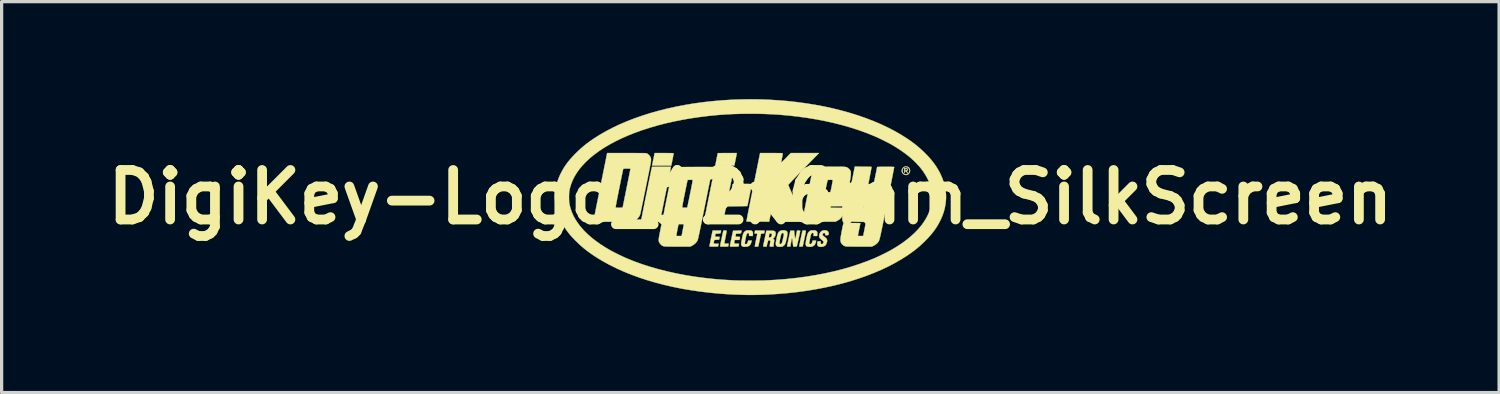
<source format=kicad_pcb>
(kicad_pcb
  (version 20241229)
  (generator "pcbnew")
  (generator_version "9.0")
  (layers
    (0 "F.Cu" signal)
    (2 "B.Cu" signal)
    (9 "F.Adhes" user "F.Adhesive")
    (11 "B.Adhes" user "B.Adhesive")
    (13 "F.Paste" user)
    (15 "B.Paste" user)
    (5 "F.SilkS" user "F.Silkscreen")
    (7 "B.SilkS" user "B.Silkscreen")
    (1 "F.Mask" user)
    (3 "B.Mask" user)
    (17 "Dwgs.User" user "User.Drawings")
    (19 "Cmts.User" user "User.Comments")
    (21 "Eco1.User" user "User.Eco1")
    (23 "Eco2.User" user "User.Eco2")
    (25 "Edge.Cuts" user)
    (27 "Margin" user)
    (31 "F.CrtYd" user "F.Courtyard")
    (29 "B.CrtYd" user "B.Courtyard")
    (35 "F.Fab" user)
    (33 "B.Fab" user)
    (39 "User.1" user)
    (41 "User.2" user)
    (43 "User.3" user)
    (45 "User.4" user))
  (footprint "DigiKey-Logo_12x6mm_SilkScreen"
    (layer "F.Cu")
    (at 20.037 3.014)
    (property "Reference" "DigiKey-Logo_12x6mm_SilkScreen" (at 0 0 0) (layer "F.SilkS") (effects (font (size 1.524 1.524) (thickness 0.3))))
    (attr through_hole)
    (fp_poly (pts (xy -2.587 -1.355) (xy -2.526 -1.354) (xy -2.474 -1.354) (xy -2.431 -1.353) (xy -2.398 -1.352) (xy -2.375 -1.351) (xy -2.363 -1.349) (xy -2.362 -1.349) (xy -2.362 -1.342) (xy -2.365 -1.324) (xy -2.369 -1.298) (xy -2.375 -1.264) (xy -2.383 -1.224) (xy -2.391 -1.18) (xy -2.396 -1.155) (xy -2.434 -0.968) (xy -3.025 -0.968) (xy -3.022 -0.981) (xy -3.02 -0.991) (xy -3.016 -1.01) (xy -3.01 -1.038) (xy -3.003 -1.073) (xy -2.995 -1.113) (xy -2.986 -1.157) (xy -2.985 -1.161) (xy -2.976 -1.205) (xy -2.968 -1.246) (xy -2.961 -1.281) (xy -2.955 -1.31) (xy -2.95 -1.33) (xy -2.948 -1.341) (xy -2.948 -1.341) (xy -2.945 -1.355) (xy -2.655 -1.355) (xy -2.587 -1.355)) (stroke (width 0.01) (type solid)) (fill yes) (layer "F.SilkS"))
    (fp_poly (pts (xy 1.65 1.028) (xy 1.674 1.029) (xy 1.692 1.03) (xy 1.703 1.033) (xy 1.704 1.033) (xy 1.707 1.038) (xy 1.708 1.048) (xy 1.706 1.065) (xy 1.701 1.091) (xy 1.699 1.101) (xy 1.694 1.125) (xy 1.688 1.156) (xy 1.68 1.193) (xy 1.671 1.234) (xy 1.662 1.278) (xy 1.653 1.322) (xy 1.643 1.366) (xy 1.635 1.407) (xy 1.627 1.444) (xy 1.62 1.474) (xy 1.615 1.497) (xy 1.612 1.511) (xy 1.611 1.513) (xy 1.608 1.519) (xy 1.6 1.522) (xy 1.585 1.524) (xy 1.562 1.524) (xy 1.558 1.524) (xy 1.534 1.524) (xy 1.516 1.523) (xy 1.506 1.521) (xy 1.505 1.521) (xy 1.505 1.514) (xy 1.507 1.496) (xy 1.512 1.469) (xy 1.519 1.432) (xy 1.528 1.388) (xy 1.538 1.337) (xy 1.55 1.28) (xy 1.563 1.218) (xy 1.577 1.153) (xy 1.592 1.085) (xy 1.594 1.075) (xy 1.604 1.028) (xy 1.65 1.028)) (stroke (width 0.01) (type solid)) (fill yes) (layer "F.SilkS"))
    (fp_poly (pts (xy -0.419 -1.341) (xy -0.421 -1.332) (xy -0.425 -1.312) (xy -0.43 -1.284) (xy -0.437 -1.249) (xy -0.445 -1.208) (xy -0.454 -1.163) (xy -0.457 -1.148) (xy -0.493 -0.968) (xy -0.563 -0.968) (xy -0.587 -0.968) (xy -0.62 -0.967) (xy -0.662 -0.967) (xy -0.709 -0.967) (xy -0.76 -0.966) (xy -0.811 -0.965) (xy -0.832 -0.965) (xy -0.881 -0.965) (xy -0.927 -0.964) (xy -0.968 -0.964) (xy -1.004 -0.964) (xy -1.031 -0.965) (xy -1.049 -0.965) (xy -1.054 -0.966) (xy -1.07 -0.969) (xy -1.076 -0.976) (xy -1.076 -0.979) (xy -1.075 -0.987) (xy -1.072 -1.006) (xy -1.067 -1.033) (xy -1.06 -1.068) (xy -1.052 -1.108) (xy -1.044 -1.153) (xy -1.04 -1.17) (xy -1.031 -1.215) (xy -1.023 -1.256) (xy -1.016 -1.292) (xy -1.01 -1.321) (xy -1.006 -1.341) (xy -1.004 -1.352) (xy -1.004 -1.353) (xy -0.998 -1.353) (xy -0.981 -1.354) (xy -0.955 -1.354) (xy -0.92 -1.354) (xy -0.877 -1.354) (xy -0.828 -1.355) (xy -0.774 -1.355) (xy -0.716 -1.355) (xy -0.416 -1.355) (xy -0.419 -1.341)) (stroke (width 0.01) (type solid)) (fill yes) (layer "F.SilkS"))
    (fp_poly (pts (xy 4.776 -0.888) (xy 4.808 -0.883) (xy 4.831 -0.874) (xy 4.843 -0.86) (xy 4.845 -0.843) (xy 4.835 -0.824) (xy 4.828 -0.815) (xy 4.812 -0.799) (xy 4.828 -0.769) (xy 4.837 -0.752) (xy 4.843 -0.74) (xy 4.844 -0.735) (xy 4.841 -0.731) (xy 4.833 -0.735) (xy 4.823 -0.745) (xy 4.823 -0.745) (xy 4.813 -0.76) (xy 4.802 -0.777) (xy 4.8 -0.78) (xy 4.786 -0.797) (xy 4.774 -0.802) (xy 4.765 -0.795) (xy 4.759 -0.777) (xy 4.758 -0.772) (xy 4.754 -0.75) (xy 4.75 -0.739) (xy 4.745 -0.738) (xy 4.744 -0.739) (xy 4.743 -0.746) (xy 4.741 -0.762) (xy 4.739 -0.786) (xy 4.737 -0.814) (xy 4.737 -0.816) (xy 4.736 -0.832) (xy 4.76 -0.832) (xy 4.765 -0.821) (xy 4.775 -0.818) (xy 4.785 -0.819) (xy 4.802 -0.825) (xy 4.815 -0.833) (xy 4.825 -0.845) (xy 4.823 -0.857) (xy 4.809 -0.867) (xy 4.807 -0.868) (xy 4.786 -0.876) (xy 4.771 -0.874) (xy 4.762 -0.862) (xy 4.761 -0.854) (xy 4.76 -0.832) (xy 4.736 -0.832) (xy 4.733 -0.89) (xy 4.776 -0.888)) (stroke (width 0.01) (type solid)) (fill yes) (layer "F.SilkS"))
    (fp_poly (pts (xy -0.181 -0.405) (xy -0.123 -0.405) (xy -0.075 -0.405) (xy -0.037 -0.404) (xy -0.007 -0.403) (xy 0.015 -0.402) (xy 0.03 -0.401) (xy 0.039 -0.4) (xy 0.042 -0.398) (xy 0.042 -0.397) (xy 0.041 -0.39) (xy 0.038 -0.373) (xy 0.033 -0.346) (xy 0.026 -0.311) (xy 0.018 -0.27) (xy 0.009 -0.223) (xy -0.001 -0.173) (xy -0.012 -0.12) (xy -0.023 -0.065) (xy -0.034 -0.01) (xy -0.044 0.043) (xy -0.055 0.094) (xy -0.064 0.141) (xy -0.073 0.183) (xy -0.08 0.219) (xy -0.086 0.247) (xy -0.09 0.266) (xy -0.092 0.275) (xy -0.092 0.276) (xy -0.099 0.276) (xy -0.116 0.277) (xy -0.143 0.277) (xy -0.178 0.278) (xy -0.221 0.279) (xy -0.27 0.28) (xy -0.324 0.281) (xy -0.382 0.282) (xy -0.388 0.282) (xy -0.682 0.286) (xy -0.613 -0.055) (xy -0.601 -0.117) (xy -0.589 -0.176) (xy -0.578 -0.231) (xy -0.568 -0.279) (xy -0.56 -0.321) (xy -0.553 -0.355) (xy -0.548 -0.381) (xy -0.545 -0.396) (xy -0.544 -0.4) (xy -0.538 -0.401) (xy -0.522 -0.402) (xy -0.495 -0.403) (xy -0.46 -0.404) (xy -0.417 -0.404) (xy -0.368 -0.405) (xy -0.314 -0.405) (xy -0.256 -0.405) (xy -0.251 -0.405) (xy -0.181 -0.405)) (stroke (width 0.01) (type solid)) (fill yes) (layer "F.SilkS"))
    (fp_poly (pts (xy 4.827 -0.938) (xy 4.859 -0.922) (xy 4.886 -0.897) (xy 4.904 -0.864) (xy 4.915 -0.824) (xy 4.915 -0.823) (xy 4.915 -0.799) (xy 4.91 -0.776) (xy 4.905 -0.763) (xy 4.892 -0.741) (xy 4.876 -0.72) (xy 4.857 -0.701) (xy 4.839 -0.688) (xy 4.825 -0.683) (xy 4.809 -0.682) (xy 4.79 -0.68) (xy 4.79 -0.68) (xy 4.768 -0.681) (xy 4.742 -0.689) (xy 4.738 -0.691) (xy 4.704 -0.713) (xy 4.678 -0.741) (xy 4.663 -0.774) (xy 4.657 -0.808) (xy 4.658 -0.812) (xy 4.681 -0.812) (xy 4.686 -0.773) (xy 4.7 -0.742) (xy 4.724 -0.718) (xy 4.751 -0.704) (xy 4.775 -0.698) (xy 4.795 -0.697) (xy 4.818 -0.703) (xy 4.822 -0.704) (xy 4.846 -0.716) (xy 4.864 -0.732) (xy 4.88 -0.756) (xy 4.884 -0.765) (xy 4.895 -0.795) (xy 4.897 -0.821) (xy 4.891 -0.848) (xy 4.887 -0.856) (xy 4.867 -0.887) (xy 4.842 -0.909) (xy 4.814 -0.921) (xy 4.785 -0.925) (xy 4.756 -0.921) (xy 4.73 -0.909) (xy 4.707 -0.889) (xy 4.691 -0.862) (xy 4.682 -0.828) (xy 4.681 -0.812) (xy 4.658 -0.812) (xy 4.662 -0.843) (xy 4.678 -0.878) (xy 4.694 -0.898) (xy 4.721 -0.923) (xy 4.749 -0.938) (xy 4.781 -0.943) (xy 4.789 -0.943) (xy 4.827 -0.938)) (stroke (width 0.01) (type solid)) (fill yes) (layer "F.SilkS"))
    (fp_poly (pts (xy 0.438 1.031) (xy 0.437 1.052) (xy 0.434 1.073) (xy 0.429 1.095) (xy 0.429 1.096) (xy 0.423 1.118) (xy 0.375 1.122) (xy 0.352 1.125) (xy 0.336 1.127) (xy 0.327 1.13) (xy 0.327 1.13) (xy 0.325 1.137) (xy 0.322 1.153) (xy 0.317 1.178) (xy 0.31 1.21) (xy 0.302 1.246) (xy 0.294 1.286) (xy 0.285 1.327) (xy 0.276 1.368) (xy 0.268 1.407) (xy 0.26 1.442) (xy 0.253 1.472) (xy 0.248 1.495) (xy 0.245 1.509) (xy 0.245 1.51) (xy 0.243 1.517) (xy 0.237 1.521) (xy 0.227 1.523) (xy 0.209 1.524) (xy 0.191 1.524) (xy 0.167 1.523) (xy 0.149 1.522) (xy 0.138 1.52) (xy 0.137 1.519) (xy 0.137 1.512) (xy 0.14 1.495) (xy 0.145 1.469) (xy 0.151 1.435) (xy 0.159 1.396) (xy 0.168 1.352) (xy 0.173 1.331) (xy 0.182 1.285) (xy 0.191 1.242) (xy 0.199 1.205) (xy 0.205 1.174) (xy 0.209 1.151) (xy 0.211 1.138) (xy 0.212 1.136) (xy 0.209 1.128) (xy 0.197 1.125) (xy 0.192 1.125) (xy 0.172 1.124) (xy 0.15 1.121) (xy 0.149 1.121) (xy 0.134 1.118) (xy 0.128 1.113) (xy 0.129 1.102) (xy 0.13 1.095) (xy 0.134 1.074) (xy 0.14 1.051) (xy 0.14 1.051) (xy 0.146 1.028) (xy 0.438 1.031)) (stroke (width 0.01) (type solid)) (fill yes) (layer "F.SilkS"))
    (fp_poly (pts (xy -0.766 1.028) (xy -0.747 1.03) (xy -0.735 1.032) (xy -0.733 1.033) (xy -0.731 1.037) (xy -0.731 1.047) (xy -0.733 1.063) (xy -0.737 1.087) (xy -0.743 1.12) (xy -0.751 1.163) (xy -0.758 1.198) (xy -0.767 1.243) (xy -0.776 1.285) (xy -0.783 1.323) (xy -0.789 1.355) (xy -0.793 1.379) (xy -0.795 1.392) (xy -0.8 1.426) (xy -0.777 1.431) (xy -0.76 1.432) (xy -0.736 1.432) (xy -0.71 1.431) (xy -0.71 1.431) (xy -0.687 1.429) (xy -0.673 1.429) (xy -0.667 1.431) (xy -0.667 1.435) (xy -0.667 1.438) (xy -0.67 1.45) (xy -0.673 1.468) (xy -0.675 1.482) (xy -0.678 1.501) (xy -0.683 1.515) (xy -0.686 1.519) (xy -0.694 1.521) (xy -0.712 1.522) (xy -0.738 1.523) (xy -0.77 1.524) (xy -0.806 1.524) (xy -0.809 1.524) (xy -0.851 1.524) (xy -0.882 1.523) (xy -0.903 1.522) (xy -0.918 1.521) (xy -0.926 1.519) (xy -0.929 1.516) (xy -0.929 1.515) (xy -0.929 1.507) (xy -0.927 1.488) (xy -0.923 1.463) (xy -0.918 1.434) (xy -0.916 1.426) (xy -0.905 1.37) (xy -0.893 1.315) (xy -0.882 1.26) (xy -0.871 1.209) (xy -0.861 1.162) (xy -0.852 1.12) (xy -0.844 1.086) (xy -0.838 1.059) (xy -0.834 1.041) (xy -0.832 1.035) (xy -0.824 1.032) (xy -0.808 1.029) (xy -0.787 1.028) (xy -0.766 1.028)) (stroke (width 0.01) (type solid)) (fill yes) (layer "F.SilkS"))
    (fp_poly (pts (xy -2.562 -0.936) (xy -2.522 -0.936) (xy -2.489 -0.936) (xy -2.464 -0.935) (xy -2.448 -0.934) (xy -2.443 -0.933) (xy -2.444 -0.927) (xy -2.448 -0.909) (xy -2.453 -0.881) (xy -2.461 -0.843) (xy -2.47 -0.796) (xy -2.481 -0.74) (xy -2.494 -0.677) (xy -2.508 -0.606) (xy -2.524 -0.529) (xy -2.54 -0.446) (xy -2.558 -0.358) (xy -2.577 -0.266) (xy -2.596 -0.169) (xy -2.614 -0.083) (xy -2.784 0.762) (xy -2.999 0.761) (xy -3.053 0.76) (xy -3.106 0.76) (xy -3.157 0.759) (xy -3.203 0.759) (xy -3.243 0.758) (xy -3.274 0.758) (xy -3.289 0.757) (xy -3.324 0.756) (xy -3.348 0.754) (xy -3.362 0.751) (xy -3.366 0.748) (xy -3.365 0.741) (xy -3.362 0.724) (xy -3.356 0.696) (xy -3.349 0.658) (xy -3.34 0.612) (xy -3.33 0.559) (xy -3.318 0.498) (xy -3.305 0.431) (xy -3.29 0.359) (xy -3.275 0.283) (xy -3.259 0.203) (xy -3.243 0.12) (xy -3.226 0.035) (xy -3.208 -0.051) (xy -3.191 -0.138) (xy -3.173 -0.224) (xy -3.156 -0.309) (xy -3.139 -0.391) (xy -3.123 -0.471) (xy -3.108 -0.547) (xy -3.093 -0.619) (xy -3.079 -0.685) (xy -3.067 -0.745) (xy -3.056 -0.798) (xy -3.047 -0.843) (xy -3.039 -0.88) (xy -3.033 -0.907) (xy -3.029 -0.924) (xy -3.027 -0.93) (xy -3.021 -0.931) (xy -3.003 -0.932) (xy -2.977 -0.933) (xy -2.942 -0.934) (xy -2.902 -0.934) (xy -2.857 -0.935) (xy -2.808 -0.936) (xy -2.757 -0.936) (xy -2.706 -0.936) (xy -2.655 -0.936) (xy -2.607 -0.936) (xy -2.562 -0.936)) (stroke (width 0.01) (type solid)) (fill yes) (layer "F.SilkS"))
    (fp_poly (pts (xy -0.275 1.053) (xy -0.28 1.082) (xy -0.285 1.1) (xy -0.292 1.112) (xy -0.303 1.118) (xy -0.318 1.121) (xy -0.319 1.121) (xy -0.339 1.123) (xy -0.366 1.124) (xy -0.393 1.125) (xy -0.441 1.125) (xy -0.447 1.157) (xy -0.453 1.184) (xy -0.455 1.202) (xy -0.453 1.213) (xy -0.444 1.218) (xy -0.426 1.219) (xy -0.399 1.22) (xy -0.399 1.22) (xy -0.366 1.221) (xy -0.343 1.223) (xy -0.328 1.225) (xy -0.321 1.229) (xy -0.319 1.236) (xy -0.32 1.246) (xy -0.321 1.25) (xy -0.325 1.273) (xy -0.329 1.296) (xy -0.329 1.296) (xy -0.333 1.318) (xy -0.482 1.318) (xy -0.489 1.353) (xy -0.493 1.374) (xy -0.495 1.396) (xy -0.496 1.414) (xy -0.495 1.426) (xy -0.494 1.428) (xy -0.488 1.429) (xy -0.472 1.43) (xy -0.449 1.431) (xy -0.421 1.433) (xy -0.42 1.433) (xy -0.347 1.436) (xy -0.356 1.479) (xy -0.366 1.521) (xy -0.495 1.523) (xy -0.538 1.523) (xy -0.57 1.523) (xy -0.594 1.523) (xy -0.61 1.522) (xy -0.62 1.52) (xy -0.625 1.518) (xy -0.627 1.515) (xy -0.628 1.504) (xy -0.626 1.486) (xy -0.623 1.468) (xy -0.619 1.448) (xy -0.614 1.421) (xy -0.606 1.387) (xy -0.598 1.348) (xy -0.589 1.306) (xy -0.58 1.261) (xy -0.571 1.217) (xy -0.561 1.175) (xy -0.553 1.135) (xy -0.545 1.1) (xy -0.539 1.071) (xy -0.534 1.05) (xy -0.531 1.039) (xy -0.531 1.037) (xy -0.525 1.036) (xy -0.508 1.035) (xy -0.483 1.034) (xy -0.451 1.033) (xy -0.414 1.032) (xy -0.4 1.031) (xy -0.271 1.027) (xy -0.275 1.053)) (stroke (width 0.01) (type solid)) (fill yes) (layer "F.SilkS"))
    (fp_poly (pts (xy -0.904 1.054) (xy -0.909 1.082) (xy -0.914 1.101) (xy -0.922 1.112) (xy -0.932 1.118) (xy -0.948 1.121) (xy -0.968 1.123) (xy -0.994 1.124) (xy -1.022 1.125) (xy -1.023 1.125) (xy -1.045 1.125) (xy -1.059 1.126) (xy -1.068 1.13) (xy -1.073 1.139) (xy -1.077 1.156) (xy -1.083 1.182) (xy -1.086 1.201) (xy -1.085 1.212) (xy -1.081 1.216) (xy -1.072 1.219) (xy -1.054 1.22) (xy -1.029 1.221) (xy -1.008 1.222) (xy -0.979 1.222) (xy -0.96 1.222) (xy -0.95 1.224) (xy -0.945 1.226) (xy -0.945 1.231) (xy -0.946 1.235) (xy -0.949 1.249) (xy -0.954 1.269) (xy -0.956 1.281) (xy -0.963 1.312) (xy -1.015 1.312) (xy -1.042 1.313) (xy -1.068 1.314) (xy -1.086 1.316) (xy -1.089 1.316) (xy -1.102 1.319) (xy -1.109 1.323) (xy -1.113 1.333) (xy -1.117 1.351) (xy -1.119 1.357) (xy -1.123 1.378) (xy -1.126 1.396) (xy -1.128 1.404) (xy -1.127 1.416) (xy -1.122 1.424) (xy -1.115 1.428) (xy -1.103 1.431) (xy -1.085 1.433) (xy -1.058 1.433) (xy -1.044 1.433) (xy -0.975 1.433) (xy -0.995 1.521) (xy -1.122 1.523) (xy -1.16 1.523) (xy -1.194 1.523) (xy -1.222 1.522) (xy -1.242 1.522) (xy -1.253 1.52) (xy -1.254 1.52) (xy -1.257 1.511) (xy -1.258 1.505) (xy -1.257 1.497) (xy -1.253 1.478) (xy -1.248 1.451) (xy -1.241 1.417) (xy -1.233 1.377) (xy -1.224 1.333) (xy -1.215 1.286) (xy -1.205 1.237) (xy -1.195 1.189) (xy -1.185 1.143) (xy -1.176 1.1) (xy -1.168 1.062) (xy -1.167 1.06) (xy -1.16 1.028) (xy -0.9 1.028) (xy -0.904 1.054)) (stroke (width 0.01) (type solid)) (fill yes) (layer "F.SilkS"))
    (fp_poly (pts (xy -0.038 1.023) (xy -0.038 1.023) (xy -0.004 1.025) (xy 0.02 1.029) (xy 0.039 1.036) (xy 0.054 1.048) (xy 0.068 1.065) (xy 0.076 1.084) (xy 0.08 1.112) (xy 0.079 1.146) (xy 0.076 1.169) (xy 0.072 1.198) (xy 0.016 1.196) (xy -0.039 1.194) (xy -0.042 1.153) (xy -0.045 1.128) (xy -0.049 1.112) (xy -0.056 1.104) (xy -0.056 1.104) (xy -0.07 1.102) (xy -0.086 1.109) (xy -0.102 1.124) (xy -0.111 1.138) (xy -0.117 1.154) (xy -0.124 1.179) (xy -0.132 1.211) (xy -0.141 1.247) (xy -0.149 1.285) (xy -0.156 1.323) (xy -0.162 1.357) (xy -0.166 1.385) (xy -0.167 1.395) (xy -0.169 1.418) (xy -0.169 1.432) (xy -0.166 1.439) (xy -0.161 1.443) (xy -0.157 1.444) (xy -0.137 1.447) (xy -0.117 1.442) (xy -0.1 1.432) (xy -0.098 1.429) (xy -0.093 1.418) (xy -0.085 1.399) (xy -0.078 1.377) (xy -0.066 1.337) (xy 0.043 1.337) (xy 0.039 1.353) (xy 0.025 1.405) (xy 0.007 1.447) (xy -0.015 1.479) (xy -0.043 1.502) (xy -0.077 1.517) (xy -0.12 1.526) (xy -0.154 1.528) (xy -0.183 1.529) (xy -0.204 1.529) (xy -0.219 1.526) (xy -0.232 1.522) (xy -0.241 1.517) (xy -0.257 1.507) (xy -0.269 1.495) (xy -0.278 1.48) (xy -0.282 1.46) (xy -0.283 1.434) (xy -0.279 1.4) (xy -0.273 1.358) (xy -0.263 1.306) (xy -0.26 1.29) (xy -0.249 1.236) (xy -0.239 1.193) (xy -0.23 1.159) (xy -0.222 1.132) (xy -0.213 1.111) (xy -0.203 1.094) (xy -0.192 1.079) (xy -0.179 1.066) (xy -0.173 1.06) (xy -0.153 1.043) (xy -0.132 1.032) (xy -0.108 1.025) (xy -0.078 1.023) (xy -0.038 1.023)) (stroke (width 0.01) (type solid)) (fill yes) (layer "F.SilkS"))
    (fp_poly (pts (xy 1.459 1.029) (xy 1.48 1.03) (xy 1.488 1.031) (xy 1.512 1.033) (xy 1.526 1.036) (xy 1.533 1.039) (xy 1.535 1.044) (xy 1.533 1.051) (xy 1.521 1.109) (xy 1.509 1.168) (xy 1.496 1.225) (xy 1.484 1.281) (xy 1.472 1.334) (xy 1.461 1.383) (xy 1.451 1.426) (xy 1.442 1.462) (xy 1.435 1.491) (xy 1.43 1.51) (xy 1.426 1.518) (xy 1.426 1.519) (xy 1.417 1.521) (xy 1.398 1.523) (xy 1.375 1.524) (xy 1.369 1.524) (xy 1.32 1.524) (xy 1.316 1.501) (xy 1.315 1.487) (xy 1.312 1.464) (xy 1.308 1.434) (xy 1.305 1.401) (xy 1.303 1.385) (xy 1.298 1.339) (xy 1.293 1.304) (xy 1.288 1.281) (xy 1.283 1.268) (xy 1.279 1.265) (xy 1.278 1.266) (xy 1.276 1.273) (xy 1.272 1.29) (xy 1.267 1.315) (xy 1.261 1.347) (xy 1.255 1.383) (xy 1.252 1.395) (xy 1.231 1.521) (xy 1.181 1.523) (xy 1.156 1.523) (xy 1.14 1.522) (xy 1.133 1.52) (xy 1.131 1.515) (xy 1.132 1.507) (xy 1.135 1.488) (xy 1.141 1.46) (xy 1.147 1.426) (xy 1.155 1.387) (xy 1.164 1.344) (xy 1.173 1.299) (xy 1.182 1.254) (xy 1.192 1.21) (xy 1.2 1.17) (xy 1.208 1.134) (xy 1.211 1.119) (xy 1.231 1.031) (xy 1.346 1.031) (xy 1.359 1.146) (xy 1.364 1.192) (xy 1.369 1.228) (xy 1.372 1.254) (xy 1.375 1.272) (xy 1.378 1.282) (xy 1.381 1.286) (xy 1.383 1.284) (xy 1.385 1.282) (xy 1.387 1.274) (xy 1.391 1.255) (xy 1.397 1.229) (xy 1.404 1.196) (xy 1.41 1.159) (xy 1.412 1.152) (xy 1.419 1.115) (xy 1.425 1.083) (xy 1.43 1.057) (xy 1.434 1.038) (xy 1.436 1.029) (xy 1.436 1.029) (xy 1.443 1.028) (xy 1.459 1.029)) (stroke (width 0.01) (type solid)) (fill yes) (layer "F.SilkS"))
    (fp_poly (pts (xy -0.584 -0.937) (xy -0.555 -0.936) (xy -0.533 -0.935) (xy -0.518 -0.934) (xy -0.509 -0.933) (xy -0.503 -0.931) (xy -0.502 -0.929) (xy -0.502 -0.929) (xy -0.502 -0.926) (xy -0.504 -0.917) (xy -0.507 -0.903) (xy -0.511 -0.883) (xy -0.516 -0.856) (xy -0.522 -0.823) (xy -0.53 -0.783) (xy -0.54 -0.736) (xy -0.551 -0.681) (xy -0.563 -0.619) (xy -0.577 -0.548) (xy -0.593 -0.469) (xy -0.611 -0.381) (xy -0.631 -0.283) (xy -0.652 -0.177) (xy -0.676 -0.06) (xy -0.701 0.067) (xy -0.729 0.204) (xy -0.759 0.352) (xy -0.791 0.511) (xy -0.825 0.681) (xy -0.835 0.73) (xy -0.841 0.762) (xy -1.024 0.761) (xy -1.077 0.76) (xy -1.132 0.76) (xy -1.187 0.759) (xy -1.238 0.759) (xy -1.283 0.758) (xy -1.317 0.757) (xy -1.36 0.756) (xy -1.392 0.755) (xy -1.413 0.753) (xy -1.425 0.751) (xy -1.427 0.749) (xy -1.426 0.742) (xy -1.423 0.724) (xy -1.417 0.697) (xy -1.41 0.659) (xy -1.401 0.614) (xy -1.39 0.56) (xy -1.378 0.5) (xy -1.364 0.433) (xy -1.35 0.361) (xy -1.335 0.285) (xy -1.319 0.205) (xy -1.302 0.123) (xy -1.285 0.038) (xy -1.268 -0.047) (xy -1.25 -0.133) (xy -1.233 -0.219) (xy -1.216 -0.303) (xy -1.199 -0.384) (xy -1.183 -0.463) (xy -1.168 -0.538) (xy -1.154 -0.609) (xy -1.141 -0.673) (xy -1.129 -0.732) (xy -1.127 -0.737) (xy -1.118 -0.784) (xy -1.109 -0.826) (xy -1.101 -0.863) (xy -1.094 -0.894) (xy -1.089 -0.916) (xy -1.086 -0.928) (xy -1.085 -0.931) (xy -1.078 -0.932) (xy -1.061 -0.932) (xy -1.034 -0.933) (xy -0.998 -0.934) (xy -0.955 -0.935) (xy -0.906 -0.935) (xy -0.852 -0.936) (xy -0.794 -0.936) (xy -0.792 -0.936) (xy -0.724 -0.937) (xy -0.667 -0.937) (xy -0.621 -0.937) (xy -0.584 -0.937)) (stroke (width 0.01) (type solid)) (fill yes) (layer "F.SilkS"))
    (fp_poly (pts (xy 1.968 1.023) (xy 1.997 1.027) (xy 2.018 1.035) (xy 2.035 1.046) (xy 2.044 1.055) (xy 2.054 1.073) (xy 2.061 1.101) (xy 2.063 1.134) (xy 2.06 1.17) (xy 2.055 1.197) (xy 1.998 1.197) (xy 1.971 1.197) (xy 1.955 1.197) (xy 1.946 1.195) (xy 1.943 1.191) (xy 1.944 1.186) (xy 1.945 1.184) (xy 1.949 1.159) (xy 1.947 1.135) (xy 1.94 1.116) (xy 1.928 1.104) (xy 1.917 1.101) (xy 1.901 1.106) (xy 1.885 1.12) (xy 1.871 1.139) (xy 1.867 1.148) (xy 1.862 1.164) (xy 1.855 1.189) (xy 1.848 1.221) (xy 1.84 1.258) (xy 1.832 1.296) (xy 1.825 1.332) (xy 1.819 1.365) (xy 1.815 1.392) (xy 1.813 1.409) (xy 1.811 1.442) (xy 1.839 1.444) (xy 1.859 1.444) (xy 1.874 1.438) (xy 1.886 1.424) (xy 1.896 1.402) (xy 1.905 1.378) (xy 1.918 1.337) (xy 1.969 1.337) (xy 1.992 1.337) (xy 2.011 1.339) (xy 2.021 1.341) (xy 2.023 1.342) (xy 2.023 1.351) (xy 2.019 1.367) (xy 2.013 1.389) (xy 2.005 1.413) (xy 1.996 1.436) (xy 1.988 1.454) (xy 1.984 1.462) (xy 1.966 1.483) (xy 1.94 1.502) (xy 1.909 1.517) (xy 1.886 1.524) (xy 1.852 1.529) (xy 1.817 1.53) (xy 1.784 1.528) (xy 1.756 1.523) (xy 1.74 1.518) (xy 1.724 1.507) (xy 1.713 1.494) (xy 1.705 1.477) (xy 1.701 1.455) (xy 1.701 1.426) (xy 1.705 1.39) (xy 1.712 1.345) (xy 1.723 1.289) (xy 1.724 1.285) (xy 1.734 1.234) (xy 1.744 1.192) (xy 1.752 1.16) (xy 1.761 1.134) (xy 1.769 1.114) (xy 1.778 1.097) (xy 1.789 1.082) (xy 1.796 1.075) (xy 1.818 1.053) (xy 1.84 1.037) (xy 1.864 1.028) (xy 1.894 1.023) (xy 1.931 1.022) (xy 1.968 1.023)) (stroke (width 0.01) (type solid)) (fill yes) (layer "F.SilkS"))
    (fp_poly (pts (xy 2.32 1.024) (xy 2.353 1.033) (xy 2.359 1.036) (xy 2.385 1.055) (xy 2.403 1.081) (xy 2.411 1.112) (xy 2.409 1.136) (xy 2.405 1.152) (xy 2.399 1.162) (xy 2.387 1.168) (xy 2.368 1.171) (xy 2.34 1.172) (xy 2.337 1.173) (xy 2.306 1.173) (xy 2.303 1.146) (xy 2.299 1.127) (xy 2.294 1.113) (xy 2.292 1.11) (xy 2.279 1.102) (xy 2.262 1.103) (xy 2.245 1.111) (xy 2.231 1.126) (xy 2.222 1.145) (xy 2.222 1.146) (xy 2.221 1.159) (xy 2.226 1.172) (xy 2.238 1.187) (xy 2.258 1.205) (xy 2.285 1.227) (xy 2.319 1.255) (xy 2.342 1.281) (xy 2.357 1.306) (xy 2.362 1.333) (xy 2.361 1.364) (xy 2.358 1.377) (xy 2.348 1.413) (xy 2.334 1.447) (xy 2.318 1.474) (xy 2.304 1.49) (xy 2.274 1.509) (xy 2.236 1.523) (xy 2.194 1.53) (xy 2.152 1.531) (xy 2.14 1.529) (xy 2.105 1.521) (xy 2.081 1.506) (xy 2.065 1.483) (xy 2.058 1.453) (xy 2.058 1.417) (xy 2.06 1.395) (xy 2.063 1.377) (xy 2.065 1.367) (xy 2.065 1.367) (xy 2.073 1.364) (xy 2.089 1.362) (xy 2.111 1.361) (xy 2.117 1.361) (xy 2.165 1.361) (xy 2.165 1.393) (xy 2.166 1.419) (xy 2.169 1.434) (xy 2.175 1.442) (xy 2.187 1.445) (xy 2.195 1.445) (xy 2.214 1.443) (xy 2.228 1.434) (xy 2.234 1.427) (xy 2.249 1.405) (xy 2.254 1.386) (xy 2.249 1.367) (xy 2.233 1.347) (xy 2.213 1.329) (xy 2.179 1.301) (xy 2.153 1.278) (xy 2.136 1.259) (xy 2.124 1.241) (xy 2.118 1.223) (xy 2.115 1.203) (xy 2.115 1.194) (xy 2.12 1.15) (xy 2.136 1.11) (xy 2.16 1.075) (xy 2.191 1.047) (xy 2.21 1.036) (xy 2.244 1.026) (xy 2.282 1.021) (xy 2.32 1.024)) (stroke (width 0.01) (type solid)) (fill yes) (layer "F.SilkS"))
    (fp_poly (pts (xy 1.05 1.024) (xy 1.085 1.032) (xy 1.113 1.046) (xy 1.128 1.058) (xy 1.137 1.076) (xy 1.14 1.105) (xy 1.139 1.144) (xy 1.133 1.193) (xy 1.122 1.252) (xy 1.117 1.275) (xy 1.105 1.325) (xy 1.095 1.365) (xy 1.087 1.397) (xy 1.079 1.421) (xy 1.071 1.44) (xy 1.063 1.455) (xy 1.054 1.467) (xy 1.044 1.479) (xy 1.038 1.485) (xy 1.016 1.504) (xy 0.994 1.517) (xy 0.969 1.525) (xy 0.938 1.529) (xy 0.903 1.53) (xy 0.871 1.529) (xy 0.847 1.526) (xy 0.83 1.52) (xy 0.829 1.519) (xy 0.812 1.509) (xy 0.799 1.498) (xy 0.79 1.483) (xy 0.784 1.464) (xy 0.782 1.44) (xy 0.783 1.41) (xy 0.783 1.409) (xy 0.895 1.409) (xy 0.897 1.429) (xy 0.904 1.44) (xy 0.915 1.445) (xy 0.921 1.445) (xy 0.944 1.44) (xy 0.954 1.432) (xy 0.962 1.422) (xy 0.968 1.41) (xy 0.975 1.394) (xy 0.982 1.372) (xy 0.99 1.343) (xy 0.999 1.304) (xy 1.01 1.256) (xy 1.011 1.254) (xy 1.02 1.21) (xy 1.026 1.177) (xy 1.03 1.152) (xy 1.03 1.135) (xy 1.027 1.123) (xy 1.021 1.114) (xy 1.012 1.109) (xy 1.006 1.106) (xy 0.987 1.105) (xy 0.969 1.115) (xy 0.955 1.135) (xy 0.951 1.142) (xy 0.946 1.157) (xy 0.939 1.182) (xy 0.931 1.214) (xy 0.923 1.249) (xy 0.915 1.285) (xy 0.908 1.32) (xy 0.902 1.351) (xy 0.898 1.375) (xy 0.898 1.38) (xy 0.895 1.409) (xy 0.783 1.409) (xy 0.788 1.371) (xy 0.797 1.324) (xy 0.808 1.268) (xy 0.814 1.24) (xy 0.826 1.187) (xy 0.839 1.144) (xy 0.852 1.11) (xy 0.866 1.085) (xy 0.883 1.065) (xy 0.903 1.05) (xy 0.927 1.038) (xy 0.935 1.034) (xy 0.972 1.025) (xy 1.011 1.021) (xy 1.05 1.024)) (stroke (width 0.01) (type solid)) (fill yes) (layer "F.SilkS"))
    (fp_poly (pts (xy 0.653 1.033) (xy 0.685 1.035) (xy 0.709 1.037) (xy 0.726 1.041) (xy 0.752 1.053) (xy 0.77 1.073) (xy 0.778 1.101) (xy 0.778 1.136) (xy 0.769 1.179) (xy 0.768 1.18) (xy 0.759 1.206) (xy 0.748 1.226) (xy 0.733 1.244) (xy 0.725 1.252) (xy 0.696 1.281) (xy 0.717 1.299) (xy 0.738 1.316) (xy 0.726 1.391) (xy 0.721 1.423) (xy 0.717 1.454) (xy 0.715 1.479) (xy 0.714 1.495) (xy 0.714 1.524) (xy 0.655 1.523) (xy 0.596 1.521) (xy 0.596 1.503) (xy 0.597 1.489) (xy 0.6 1.467) (xy 0.604 1.44) (xy 0.607 1.423) (xy 0.612 1.394) (xy 0.615 1.375) (xy 0.615 1.363) (xy 0.613 1.354) (xy 0.609 1.347) (xy 0.608 1.346) (xy 0.595 1.332) (xy 0.577 1.326) (xy 0.56 1.327) (xy 0.557 1.329) (xy 0.55 1.338) (xy 0.541 1.359) (xy 0.532 1.388) (xy 0.522 1.425) (xy 0.512 1.467) (xy 0.511 1.471) (xy 0.5 1.524) (xy 0.449 1.524) (xy 0.421 1.523) (xy 0.404 1.521) (xy 0.396 1.517) (xy 0.396 1.516) (xy 0.396 1.509) (xy 0.399 1.491) (xy 0.404 1.464) (xy 0.41 1.429) (xy 0.419 1.388) (xy 0.428 1.343) (xy 0.436 1.306) (xy 0.446 1.256) (xy 0.455 1.214) (xy 0.57 1.214) (xy 0.571 1.233) (xy 0.577 1.242) (xy 0.59 1.243) (xy 0.611 1.238) (xy 0.625 1.232) (xy 0.643 1.219) (xy 0.656 1.195) (xy 0.663 1.168) (xy 0.663 1.144) (xy 0.655 1.129) (xy 0.637 1.121) (xy 0.617 1.119) (xy 0.602 1.119) (xy 0.593 1.121) (xy 0.586 1.127) (xy 0.582 1.139) (xy 0.578 1.159) (xy 0.574 1.185) (xy 0.57 1.214) (xy 0.455 1.214) (xy 0.456 1.209) (xy 0.465 1.166) (xy 0.473 1.129) (xy 0.479 1.098) (xy 0.484 1.077) (xy 0.485 1.069) (xy 0.492 1.034) (xy 0.562 1.033) (xy 0.613 1.033) (xy 0.653 1.033)) (stroke (width 0.01) (type solid)) (fill yes) (layer "F.SilkS"))
    (fp_poly (pts (xy 1.677 -1.355) (xy 2.112 -1.355) (xy 1.876 -1.114) (xy 1.771 -1.006) (xy 1.673 -0.907) (xy 1.585 -0.816) (xy 1.505 -0.733) (xy 1.433 -0.659) (xy 1.37 -0.594) (xy 1.315 -0.537) (xy 1.269 -0.488) (xy 1.232 -0.448) (xy 1.203 -0.417) (xy 1.183 -0.394) (xy 1.171 -0.379) (xy 1.167 -0.374) (xy 1.17 -0.366) (xy 1.177 -0.348) (xy 1.188 -0.32) (xy 1.203 -0.285) (xy 1.222 -0.241) (xy 1.244 -0.191) (xy 1.269 -0.135) (xy 1.296 -0.074) (xy 1.325 -0.009) (xy 1.355 0.06) (xy 1.387 0.131) (xy 1.42 0.204) (xy 1.453 0.278) (xy 1.487 0.352) (xy 1.52 0.424) (xy 1.552 0.495) (xy 1.584 0.564) (xy 1.614 0.629) (xy 1.615 0.632) (xy 1.631 0.667) (xy 1.645 0.698) (xy 1.657 0.724) (xy 1.665 0.744) (xy 1.669 0.754) (xy 1.669 0.756) (xy 1.664 0.757) (xy 1.649 0.758) (xy 1.623 0.759) (xy 1.587 0.76) (xy 1.54 0.761) (xy 1.482 0.761) (xy 1.412 0.762) (xy 1.331 0.762) (xy 1.246 0.762) (xy 0.822 0.762) (xy 0.817 0.748) (xy 0.812 0.736) (xy 0.802 0.715) (xy 0.79 0.688) (xy 0.775 0.655) (xy 0.759 0.62) (xy 0.741 0.582) (xy 0.724 0.545) (xy 0.707 0.508) (xy 0.692 0.476) (xy 0.678 0.448) (xy 0.668 0.426) (xy 0.661 0.413) (xy 0.659 0.409) (xy 0.657 0.409) (xy 0.653 0.415) (xy 0.649 0.427) (xy 0.644 0.446) (xy 0.638 0.472) (xy 0.63 0.507) (xy 0.62 0.552) (xy 0.608 0.606) (xy 0.595 0.672) (xy 0.589 0.703) (xy 0.578 0.756) (xy 0.23 0.754) (xy -0.118 0.753) (xy -0.117 0.726) (xy -0.115 0.717) (xy -0.112 0.697) (xy -0.106 0.667) (xy -0.098 0.626) (xy -0.088 0.576) (xy -0.077 0.517) (xy -0.064 0.451) (xy -0.049 0.376) (xy -0.033 0.295) (xy -0.016 0.208) (xy 0.003 0.115) (xy 0.022 0.017) (xy 0.043 -0.085) (xy 0.064 -0.191) (xy 0.086 -0.301) (xy 0.092 -0.328) (xy 0.299 -1.355) (xy 0.646 -1.355) (xy 0.72 -1.355) (xy 0.783 -1.355) (xy 0.836 -1.354) (xy 0.879 -1.354) (xy 0.914 -1.354) (xy 0.941 -1.353) (xy 0.962 -1.352) (xy 0.977 -1.351) (xy 0.987 -1.35) (xy 0.992 -1.348) (xy 0.995 -1.346) (xy 0.996 -1.346) (xy 0.996 -1.337) (xy 0.993 -1.319) (xy 0.989 -1.292) (xy 0.984 -1.259) (xy 0.977 -1.222) (xy 0.973 -1.203) (xy 0.966 -1.165) (xy 0.96 -1.13) (xy 0.955 -1.101) (xy 0.952 -1.08) (xy 0.952 -1.068) (xy 0.952 -1.066) (xy 0.957 -1.069) (xy 0.97 -1.08) (xy 0.989 -1.098) (xy 1.013 -1.121) (xy 1.042 -1.149) (xy 1.074 -1.182) (xy 1.1 -1.208) (xy 1.243 -1.355) (xy 1.677 -1.355)) (stroke (width 0.01) (type solid)) (fill yes) (layer "F.SilkS"))
    (fp_poly (pts (xy -3.805 -1.355) (xy -3.707 -1.355) (xy -3.619 -1.355) (xy -3.543 -1.355) (xy -3.476 -1.354) (xy -3.419 -1.354) (xy -3.37 -1.354) (xy -3.329 -1.354) (xy -3.295 -1.353) (xy -3.267 -1.353) (xy -3.244 -1.352) (xy -3.226 -1.351) (xy -3.213 -1.35) (xy -3.203 -1.349) (xy -3.195 -1.348) (xy -3.189 -1.346) (xy -3.185 -1.344) (xy -3.18 -1.342) (xy -3.18 -1.342) (xy -3.152 -1.324) (xy -3.124 -1.299) (xy -3.098 -1.271) (xy -3.079 -1.244) (xy -3.075 -1.237) (xy -3.067 -1.217) (xy -3.06 -1.197) (xy -3.057 -1.175) (xy -3.056 -1.15) (xy -3.057 -1.119) (xy -3.062 -1.082) (xy -3.069 -1.038) (xy -3.079 -0.983) (xy -3.084 -0.959) (xy -3.095 -0.9) (xy -3.108 -0.836) (xy -3.122 -0.765) (xy -3.137 -0.69) (xy -3.153 -0.61) (xy -3.17 -0.527) (xy -3.188 -0.442) (xy -3.205 -0.355) (xy -3.223 -0.268) (xy -3.241 -0.181) (xy -3.258 -0.095) (xy -3.276 -0.011) (xy -3.292 0.07) (xy -3.308 0.147) (xy -3.324 0.22) (xy -3.338 0.287) (xy -3.35 0.348) (xy -3.362 0.402) (xy -3.372 0.448) (xy -3.379 0.485) (xy -3.385 0.512) (xy -3.389 0.528) (xy -3.39 0.532) (xy -3.408 0.575) (xy -3.436 0.618) (xy -3.471 0.658) (xy -3.512 0.694) (xy -3.54 0.713) (xy -3.559 0.724) (xy -3.576 0.733) (xy -3.592 0.739) (xy -3.611 0.744) (xy -3.632 0.748) (xy -3.659 0.75) (xy -3.693 0.752) (xy -3.735 0.753) (xy -3.78 0.754) (xy -3.819 0.754) (xy -3.866 0.755) (xy -3.919 0.755) (xy -3.978 0.756) (xy -4.042 0.756) (xy -4.109 0.757) (xy -4.178 0.757) (xy -4.249 0.758) (xy -4.32 0.758) (xy -4.39 0.758) (xy -4.459 0.759) (xy -4.525 0.759) (xy -4.587 0.759) (xy -4.645 0.759) (xy -4.696 0.759) (xy -4.741 0.759) (xy -4.778 0.759) (xy -4.806 0.759) (xy -4.825 0.759) (xy -4.832 0.758) (xy -4.832 0.758) (xy -4.831 0.752) (xy -4.827 0.735) (xy -4.822 0.707) (xy -4.814 0.67) (xy -4.805 0.623) (xy -4.794 0.568) (xy -4.781 0.506) (xy -4.767 0.436) (xy -4.752 0.361) (xy -4.743 0.316) (xy -4.147 0.316) (xy -4.147 0.317) (xy -4.139 0.321) (xy -4.122 0.324) (xy -4.098 0.326) (xy -4.069 0.327) (xy -4.038 0.328) (xy -4.007 0.327) (xy -3.979 0.326) (xy -3.955 0.323) (xy -3.94 0.32) (xy -3.934 0.317) (xy -3.927 0.308) (xy -3.925 0.303) (xy -3.924 0.296) (xy -3.92 0.279) (xy -3.915 0.251) (xy -3.907 0.214) (xy -3.898 0.168) (xy -3.887 0.115) (xy -3.875 0.054) (xy -3.862 -0.013) (xy -3.847 -0.085) (xy -3.832 -0.162) (xy -3.815 -0.242) (xy -3.807 -0.283) (xy -3.79 -0.366) (xy -3.774 -0.444) (xy -3.759 -0.519) (xy -3.745 -0.589) (xy -3.732 -0.652) (xy -3.721 -0.71) (xy -3.711 -0.76) (xy -3.703 -0.801) (xy -3.696 -0.834) (xy -3.692 -0.857) (xy -3.689 -0.869) (xy -3.689 -0.871) (xy -3.695 -0.873) (xy -3.71 -0.874) (xy -3.733 -0.876) (xy -3.761 -0.876) (xy -3.791 -0.877) (xy -3.822 -0.877) (xy -3.85 -0.876) (xy -3.875 -0.876) (xy -3.892 -0.874) (xy -3.899 -0.873) (xy -3.901 -0.873) (xy -3.903 -0.873) (xy -3.905 -0.872) (xy -3.907 -0.871) (xy -3.909 -0.867) (xy -3.911 -0.861) (xy -3.914 -0.853) (xy -3.917 -0.84) (xy -3.921 -0.823) (xy -3.926 -0.801) (xy -3.932 -0.773) (xy -3.939 -0.739) (xy -3.948 -0.698) (xy -3.958 -0.649) (xy -3.97 -0.591) (xy -3.983 -0.525) (xy -3.998 -0.449) (xy -4.016 -0.362) (xy -4.035 -0.264) (xy -4.04 -0.241) (xy -4.056 -0.161) (xy -4.071 -0.085) (xy -4.086 -0.012) (xy -4.099 0.055) (xy -4.111 0.116) (xy -4.121 0.171) (xy -4.13 0.219) (xy -4.137 0.258) (xy -4.143 0.288) (xy -4.146 0.308) (xy -4.147 0.316) (xy -4.743 0.316) (xy -4.736 0.279) (xy -4.719 0.193) (xy -4.7 0.103) (xy -4.682 0.01) (xy -4.662 -0.087) (xy -4.642 -0.185) (xy -4.622 -0.284) (xy -4.602 -0.385) (xy -4.582 -0.485) (xy -4.562 -0.584) (xy -4.542 -0.682) (xy -4.523 -0.777) (xy -4.504 -0.87) (xy -4.497 -0.903) (xy -4.406 -1.355) (xy -3.805 -1.355)) (stroke (width 0.01) (type solid)) (fill yes) (layer "F.SilkS"))
    (fp_poly (pts (xy 2.705 -0.936) (xy 2.76 -0.936) (xy 2.807 -0.935) (xy 2.846 -0.934) (xy 2.878 -0.932) (xy 2.905 -0.929) (xy 2.927 -0.926) (xy 2.945 -0.923) (xy 2.96 -0.918) (xy 2.973 -0.913) (xy 2.977 -0.911) (xy 3.009 -0.891) (xy 3.04 -0.864) (xy 3.066 -0.833) (xy 3.08 -0.811) (xy 3.089 -0.782) (xy 3.093 -0.742) (xy 3.092 -0.693) (xy 3.087 -0.635) (xy 3.077 -0.568) (xy 3.073 -0.544) (xy 3.068 -0.522) (xy 3.062 -0.49) (xy 3.054 -0.451) (xy 3.045 -0.405) (xy 3.035 -0.354) (xy 3.024 -0.299) (xy 3.012 -0.241) (xy 3 -0.18) (xy 2.988 -0.119) (xy 2.975 -0.059) (xy 2.963 -0.000004) (xy 2.952 0.056) (xy 2.941 0.109) (xy 2.932 0.156) (xy 2.923 0.197) (xy 2.916 0.231) (xy 2.911 0.256) (xy 2.908 0.271) (xy 2.907 0.276) (xy 2.901 0.276) (xy 2.884 0.277) (xy 2.857 0.277) (xy 2.821 0.278) (xy 2.777 0.279) (xy 2.727 0.28) (xy 2.671 0.28) (xy 2.61 0.281) (xy 2.563 0.282) (xy 2.489 0.283) (xy 2.427 0.284) (xy 2.375 0.285) (xy 2.332 0.286) (xy 2.298 0.287) (xy 2.27 0.288) (xy 2.25 0.289) (xy 2.234 0.291) (xy 2.224 0.292) (xy 2.216 0.294) (xy 2.212 0.296) (xy 2.209 0.298) (xy 2.204 0.303) (xy 2.202 0.308) (xy 2.202 0.311) (xy 2.206 0.315) (xy 2.215 0.317) (xy 2.229 0.32) (xy 2.25 0.321) (xy 2.278 0.323) (xy 2.314 0.324) (xy 2.359 0.325) (xy 2.414 0.326) (xy 2.479 0.327) (xy 2.539 0.327) (xy 2.601 0.328) (xy 2.66 0.329) (xy 2.714 0.33) (xy 2.763 0.33) (xy 2.805 0.331) (xy 2.839 0.331) (xy 2.863 0.332) (xy 2.878 0.332) (xy 2.88 0.332) (xy 2.891 0.333) (xy 2.895 0.338) (xy 2.894 0.351) (xy 2.894 0.355) (xy 2.888 0.383) (xy 2.88 0.417) (xy 2.87 0.455) (xy 2.859 0.493) (xy 2.849 0.528) (xy 2.839 0.558) (xy 2.83 0.579) (xy 2.83 0.58) (xy 2.805 0.621) (xy 2.77 0.661) (xy 2.726 0.697) (xy 2.675 0.727) (xy 2.675 0.727) (xy 2.62 0.756) (xy 2.225 0.755) (xy 2.156 0.755) (xy 2.09 0.755) (xy 2.028 0.754) (xy 1.971 0.754) (xy 1.92 0.753) (xy 1.877 0.752) (xy 1.842 0.752) (xy 1.817 0.751) (xy 1.803 0.75) (xy 1.8 0.75) (xy 1.762 0.737) (xy 1.726 0.715) (xy 1.695 0.684) (xy 1.669 0.646) (xy 1.652 0.604) (xy 1.646 0.577) (xy 1.645 0.569) (xy 1.644 0.559) (xy 1.644 0.549) (xy 1.645 0.536) (xy 1.646 0.52) (xy 1.649 0.501) (xy 1.652 0.477) (xy 1.657 0.448) (xy 1.663 0.413) (xy 1.671 0.371) (xy 1.681 0.322) (xy 1.692 0.264) (xy 1.705 0.198) (xy 1.72 0.121) (xy 1.738 0.034) (xy 1.75 -0.028) (xy 1.771 -0.132) (xy 1.775 -0.152) (xy 2.299 -0.152) (xy 2.33 -0.149) (xy 2.352 -0.148) (xy 2.377 -0.149) (xy 2.404 -0.149) (xy 2.429 -0.151) (xy 2.449 -0.153) (xy 2.461 -0.156) (xy 2.463 -0.157) (xy 2.465 -0.163) (xy 2.469 -0.18) (xy 2.475 -0.205) (xy 2.482 -0.237) (xy 2.49 -0.273) (xy 2.498 -0.312) (xy 2.506 -0.352) (xy 2.513 -0.391) (xy 2.52 -0.428) (xy 2.526 -0.46) (xy 2.531 -0.485) (xy 2.533 -0.503) (xy 2.534 -0.509) (xy 2.533 -0.519) (xy 2.527 -0.525) (xy 2.513 -0.528) (xy 2.506 -0.53) (xy 2.489 -0.531) (xy 2.467 -0.531) (xy 2.442 -0.531) (xy 2.417 -0.53) (xy 2.396 -0.528) (xy 2.383 -0.526) (xy 2.379 -0.524) (xy 2.377 -0.517) (xy 2.372 -0.501) (xy 2.366 -0.475) (xy 2.359 -0.443) (xy 2.351 -0.406) (xy 2.342 -0.366) (xy 2.333 -0.324) (xy 2.324 -0.283) (xy 2.316 -0.244) (xy 2.309 -0.208) (xy 2.303 -0.177) (xy 2.302 -0.171) (xy 2.299 -0.152) (xy 1.775 -0.152) (xy 1.79 -0.225) (xy 1.807 -0.308) (xy 1.822 -0.38) (xy 1.835 -0.444) (xy 1.846 -0.499) (xy 1.856 -0.547) (xy 1.865 -0.588) (xy 1.873 -0.622) (xy 1.88 -0.651) (xy 1.886 -0.676) (xy 1.891 -0.696) (xy 1.897 -0.712) (xy 1.901 -0.726) (xy 1.906 -0.738) (xy 1.911 -0.749) (xy 1.915 -0.759) (xy 1.916 -0.759) (xy 1.931 -0.782) (xy 1.953 -0.81) (xy 1.98 -0.838) (xy 2.009 -0.865) (xy 2.037 -0.887) (xy 2.062 -0.902) (xy 2.063 -0.903) (xy 2.076 -0.909) (xy 2.089 -0.914) (xy 2.102 -0.919) (xy 2.116 -0.923) (xy 2.132 -0.926) (xy 2.152 -0.928) (xy 2.176 -0.93) (xy 2.206 -0.932) (xy 2.242 -0.933) (xy 2.286 -0.934) (xy 2.339 -0.934) (xy 2.402 -0.935) (xy 2.476 -0.936) (xy 2.48 -0.936) (xy 2.565 -0.936) (xy 2.64 -0.936) (xy 2.705 -0.936)) (stroke (width 0.01) (type solid)) (fill yes) (layer "F.SilkS"))
    (fp_poly (pts (xy 3.469 -0.936) (xy 3.523 -0.936) (xy 3.574 -0.935) (xy 3.62 -0.934) (xy 3.659 -0.933) (xy 3.691 -0.932) (xy 3.714 -0.931) (xy 3.727 -0.93) (xy 3.729 -0.93) (xy 3.728 -0.923) (xy 3.726 -0.906) (xy 3.721 -0.878) (xy 3.714 -0.841) (xy 3.705 -0.795) (xy 3.695 -0.741) (xy 3.683 -0.68) (xy 3.67 -0.613) (xy 3.656 -0.54) (xy 3.641 -0.462) (xy 3.625 -0.381) (xy 3.612 -0.316) (xy 3.595 -0.232) (xy 3.579 -0.151) (xy 3.563 -0.073) (xy 3.549 -0.001) (xy 3.535 0.066) (xy 3.524 0.126) (xy 3.513 0.179) (xy 3.504 0.224) (xy 3.497 0.261) (xy 3.492 0.287) (xy 3.489 0.304) (xy 3.488 0.308) (xy 3.486 0.324) (xy 3.566 0.325) (xy 3.599 0.326) (xy 3.621 0.326) (xy 3.635 0.325) (xy 3.644 0.323) (xy 3.648 0.319) (xy 3.649 0.315) (xy 3.651 0.308) (xy 3.655 0.29) (xy 3.661 0.262) (xy 3.668 0.225) (xy 3.678 0.18) (xy 3.688 0.128) (xy 3.7 0.069) (xy 3.713 0.006) (xy 3.727 -0.061) (xy 3.741 -0.132) (xy 3.756 -0.204) (xy 3.771 -0.279) (xy 3.786 -0.353) (xy 3.801 -0.427) (xy 3.815 -0.499) (xy 3.829 -0.569) (xy 3.843 -0.635) (xy 3.855 -0.697) (xy 3.867 -0.754) (xy 3.877 -0.804) (xy 3.885 -0.847) (xy 3.892 -0.881) (xy 3.897 -0.907) (xy 3.9 -0.922) (xy 3.901 -0.926) (xy 3.907 -0.927) (xy 3.923 -0.928) (xy 3.95 -0.929) (xy 3.984 -0.93) (xy 4.026 -0.931) (xy 4.074 -0.931) (xy 4.126 -0.931) (xy 4.161 -0.931) (xy 4.225 -0.931) (xy 4.279 -0.931) (xy 4.322 -0.931) (xy 4.356 -0.93) (xy 4.382 -0.929) (xy 4.401 -0.928) (xy 4.414 -0.927) (xy 4.421 -0.925) (xy 4.424 -0.923) (xy 4.424 -0.923) (xy 4.424 -0.916) (xy 4.421 -0.898) (xy 4.415 -0.87) (xy 4.408 -0.832) (xy 4.399 -0.784) (xy 4.388 -0.729) (xy 4.376 -0.666) (xy 4.362 -0.596) (xy 4.347 -0.519) (xy 4.331 -0.438) (xy 4.314 -0.351) (xy 4.296 -0.26) (xy 4.277 -0.166) (xy 4.273 -0.144) (xy 4.241 0.011) (xy 4.212 0.156) (xy 4.185 0.29) (xy 4.16 0.413) (xy 4.138 0.526) (xy 4.117 0.629) (xy 4.098 0.723) (xy 4.08 0.809) (xy 4.064 0.886) (xy 4.05 0.956) (xy 4.037 1.018) (xy 4.025 1.073) (xy 4.015 1.122) (xy 4.005 1.165) (xy 3.997 1.202) (xy 3.989 1.235) (xy 3.982 1.262) (xy 3.976 1.286) (xy 3.97 1.306) (xy 3.965 1.322) (xy 3.96 1.336) (xy 3.955 1.347) (xy 3.951 1.356) (xy 3.947 1.364) (xy 3.942 1.371) (xy 3.938 1.378) (xy 3.933 1.384) (xy 3.928 1.39) (xy 3.926 1.393) (xy 3.897 1.425) (xy 3.861 1.454) (xy 3.816 1.482) (xy 3.789 1.497) (xy 3.737 1.524) (xy 3.355 1.523) (xy 3.287 1.523) (xy 3.222 1.523) (xy 3.161 1.522) (xy 3.105 1.522) (xy 3.056 1.521) (xy 3.014 1.52) (xy 2.98 1.52) (xy 2.956 1.519) (xy 2.943 1.518) (xy 2.942 1.518) (xy 2.9 1.506) (xy 2.86 1.484) (xy 2.824 1.454) (xy 2.797 1.418) (xy 2.787 1.398) (xy 2.778 1.373) (xy 2.773 1.346) (xy 2.771 1.313) (xy 2.774 1.274) (xy 2.78 1.226) (xy 2.785 1.194) (xy 2.795 1.14) (xy 2.804 1.086) (xy 2.815 1.033) (xy 2.825 0.982) (xy 2.834 0.935) (xy 2.843 0.893) (xy 2.852 0.858) (xy 2.858 0.83) (xy 2.864 0.812) (xy 2.867 0.804) (xy 2.868 0.804) (xy 2.875 0.803) (xy 2.894 0.802) (xy 2.921 0.801) (xy 2.958 0.8) (xy 3.001 0.799) (xy 3.049 0.799) (xy 3.102 0.798) (xy 3.132 0.798) (xy 3.194 0.798) (xy 3.245 0.798) (xy 3.287 0.799) (xy 3.319 0.799) (xy 3.344 0.8) (xy 3.361 0.8) (xy 3.373 0.802) (xy 3.38 0.803) (xy 3.384 0.805) (xy 3.385 0.807) (xy 3.384 0.809) (xy 3.382 0.818) (xy 3.378 0.838) (xy 3.372 0.865) (xy 3.365 0.899) (xy 3.357 0.937) (xy 3.349 0.977) (xy 3.341 1.019) (xy 3.333 1.06) (xy 3.325 1.098) (xy 3.319 1.131) (xy 3.313 1.159) (xy 3.31 1.178) (xy 3.308 1.188) (xy 3.308 1.189) (xy 3.31 1.192) (xy 3.318 1.195) (xy 3.332 1.196) (xy 3.355 1.197) (xy 3.388 1.197) (xy 3.47 1.197) (xy 3.48 1.154) (xy 3.487 1.119) (xy 3.496 1.079) (xy 3.504 1.035) (xy 3.513 0.99) (xy 3.522 0.946) (xy 3.529 0.903) (xy 3.536 0.865) (xy 3.541 0.833) (xy 3.545 0.809) (xy 3.546 0.795) (xy 3.546 0.795) (xy 3.547 0.765) (xy 3.338 0.761) (xy 3.287 0.76) (xy 3.238 0.758) (xy 3.193 0.756) (xy 3.154 0.755) (xy 3.122 0.753) (xy 3.099 0.751) (xy 3.089 0.75) (xy 3.044 0.736) (xy 3.005 0.713) (xy 2.973 0.68) (xy 2.948 0.637) (xy 2.938 0.611) (xy 2.936 0.604) (xy 2.933 0.597) (xy 2.931 0.591) (xy 2.929 0.584) (xy 2.927 0.577) (xy 2.926 0.569) (xy 2.926 0.559) (xy 2.926 0.548) (xy 2.927 0.534) (xy 2.928 0.517) (xy 2.931 0.497) (xy 2.934 0.472) (xy 2.939 0.444) (xy 2.944 0.411) (xy 2.951 0.372) (xy 2.96 0.328) (xy 2.969 0.277) (xy 2.98 0.22) (xy 2.993 0.156) (xy 3.007 0.084) (xy 3.023 0.004) (xy 3.041 -0.085) (xy 3.061 -0.183) (xy 3.082 -0.29) (xy 3.106 -0.407) (xy 3.132 -0.534) (xy 3.16 -0.673) (xy 3.19 -0.822) (xy 3.191 -0.83) (xy 3.213 -0.938) (xy 3.469 -0.936)) (stroke (width 0.01) (type solid)) (fill yes) (layer "F.SilkS"))
    (fp_poly (pts (xy -1.394 -0.927) (xy -1.335 -0.927) (xy -1.284 -0.926) (xy -1.241 -0.926) (xy -1.206 -0.926) (xy -1.182 -0.925) (xy -1.167 -0.925) (xy -1.164 -0.924) (xy -1.164 -0.924) (xy -1.163 -0.922) (xy -1.163 -0.919) (xy -1.164 -0.915) (xy -1.165 -0.908) (xy -1.166 -0.899) (xy -1.168 -0.886) (xy -1.171 -0.87) (xy -1.175 -0.849) (xy -1.18 -0.824) (xy -1.186 -0.793) (xy -1.193 -0.757) (xy -1.202 -0.714) (xy -1.212 -0.665) (xy -1.223 -0.608) (xy -1.236 -0.543) (xy -1.25 -0.471) (xy -1.267 -0.389) (xy -1.285 -0.298) (xy -1.306 -0.198) (xy -1.328 -0.087) (xy -1.353 0.035) (xy -1.379 0.168) (xy -1.382 0.181) (xy -1.409 0.317) (xy -1.435 0.442) (xy -1.458 0.555) (xy -1.478 0.658) (xy -1.497 0.752) (xy -1.515 0.836) (xy -1.53 0.911) (xy -1.544 0.979) (xy -1.556 1.038) (xy -1.567 1.09) (xy -1.577 1.136) (xy -1.585 1.176) (xy -1.593 1.209) (xy -1.599 1.238) (xy -1.605 1.262) (xy -1.61 1.282) (xy -1.615 1.299) (xy -1.619 1.312) (xy -1.622 1.323) (xy -1.626 1.332) (xy -1.629 1.339) (xy -1.632 1.346) (xy -1.636 1.352) (xy -1.639 1.358) (xy -1.641 1.36) (xy -1.67 1.399) (xy -1.708 1.437) (xy -1.753 1.471) (xy -1.796 1.496) (xy -1.852 1.524) (xy -2.234 1.523) (xy -2.302 1.523) (xy -2.367 1.523) (xy -2.428 1.522) (xy -2.483 1.522) (xy -2.533 1.521) (xy -2.575 1.52) (xy -2.609 1.519) (xy -2.633 1.518) (xy -2.647 1.517) (xy -2.648 1.517) (xy -2.672 1.511) (xy -2.696 1.503) (xy -2.705 1.499) (xy -2.732 1.48) (xy -2.761 1.454) (xy -2.786 1.422) (xy -2.804 1.393) (xy -2.81 1.379) (xy -2.815 1.364) (xy -2.819 1.349) (xy -2.82 1.332) (xy -2.82 1.311) (xy -2.818 1.285) (xy -2.814 1.253) (xy -2.808 1.215) (xy -2.799 1.168) (xy -2.788 1.112) (xy -2.775 1.045) (xy -2.773 1.036) (xy -2.726 0.798) (xy -2.467 0.798) (xy -2.402 0.798) (xy -2.348 0.799) (xy -2.305 0.799) (xy -2.27 0.8) (xy -2.245 0.8) (xy -2.226 0.801) (xy -2.215 0.803) (xy -2.209 0.804) (xy -2.207 0.806) (xy -2.209 0.814) (xy -2.212 0.832) (xy -2.217 0.859) (xy -2.223 0.893) (xy -2.231 0.933) (xy -2.24 0.977) (xy -2.244 0.998) (xy -2.253 1.044) (xy -2.261 1.086) (xy -2.267 1.123) (xy -2.272 1.153) (xy -2.276 1.175) (xy -2.277 1.188) (xy -2.277 1.19) (xy -2.272 1.193) (xy -2.259 1.196) (xy -2.236 1.197) (xy -2.203 1.197) (xy -2.196 1.197) (xy -2.163 1.197) (xy -2.141 1.197) (xy -2.127 1.196) (xy -2.12 1.193) (xy -2.116 1.19) (xy -2.114 1.184) (xy -2.114 1.184) (xy -2.111 1.171) (xy -2.106 1.148) (xy -2.1 1.117) (xy -2.093 1.081) (xy -2.085 1.04) (xy -2.077 0.997) (xy -2.069 0.954) (xy -2.061 0.912) (xy -2.054 0.874) (xy -2.048 0.842) (xy -2.044 0.816) (xy -2.041 0.8) (xy -2.04 0.797) (xy -2.039 0.78) (xy -2.04 0.771) (xy -2.046 0.767) (xy -2.051 0.765) (xy -2.06 0.764) (xy -2.08 0.763) (xy -2.109 0.762) (xy -2.146 0.761) (xy -2.189 0.76) (xy -2.237 0.758) (xy -2.289 0.757) (xy -2.292 0.757) (xy -2.353 0.756) (xy -2.404 0.754) (xy -2.445 0.753) (xy -2.477 0.751) (xy -2.503 0.749) (xy -2.524 0.746) (xy -2.54 0.741) (xy -2.553 0.736) (xy -2.565 0.728) (xy -2.576 0.719) (xy -2.589 0.709) (xy -2.594 0.703) (xy -2.626 0.667) (xy -2.649 0.624) (xy -2.663 0.578) (xy -2.665 0.562) (xy -2.665 0.555) (xy -2.666 0.549) (xy -2.666 0.542) (xy -2.666 0.534) (xy -2.665 0.524) (xy -2.664 0.512) (xy -2.661 0.496) (xy -2.658 0.477) (xy -2.654 0.452) (xy -2.648 0.422) (xy -2.641 0.386) (xy -2.633 0.343) (xy -2.627 0.314) (xy -2.098 0.314) (xy -2.098 0.321) (xy -2.097 0.322) (xy -2.088 0.324) (xy -2.07 0.325) (xy -2.046 0.326) (xy -2.019 0.326) (xy -1.992 0.326) (xy -1.969 0.325) (xy -1.952 0.324) (xy -1.944 0.322) (xy -1.942 0.315) (xy -1.938 0.298) (xy -1.931 0.271) (xy -1.923 0.234) (xy -1.914 0.19) (xy -1.903 0.138) (xy -1.891 0.081) (xy -1.878 0.018) (xy -1.864 -0.049) (xy -1.854 -0.102) (xy -1.837 -0.184) (xy -1.823 -0.255) (xy -1.811 -0.316) (xy -1.801 -0.367) (xy -1.793 -0.41) (xy -1.787 -0.444) (xy -1.782 -0.472) (xy -1.779 -0.492) (xy -1.777 -0.508) (xy -1.777 -0.518) (xy -1.777 -0.524) (xy -1.778 -0.527) (xy -1.778 -0.527) (xy -1.787 -0.529) (xy -1.805 -0.53) (xy -1.828 -0.531) (xy -1.855 -0.531) (xy -1.881 -0.53) (xy -1.905 -0.529) (xy -1.923 -0.528) (xy -1.932 -0.526) (xy -1.932 -0.526) (xy -1.934 -0.519) (xy -1.937 -0.502) (xy -1.943 -0.475) (xy -1.951 -0.438) (xy -1.96 -0.394) (xy -1.971 -0.343) (xy -1.983 -0.285) (xy -1.996 -0.223) (xy -2.009 -0.156) (xy -2.02 -0.103) (xy -2.037 -0.017) (xy -2.052 0.057) (xy -2.064 0.121) (xy -2.075 0.174) (xy -2.083 0.219) (xy -2.089 0.254) (xy -2.094 0.281) (xy -2.097 0.301) (xy -2.098 0.314) (xy -2.627 0.314) (xy -2.623 0.292) (xy -2.611 0.233) (xy -2.597 0.165) (xy -2.581 0.086) (xy -2.563 -0.003) (xy -2.551 -0.06) (xy -2.53 -0.167) (xy -2.51 -0.262) (xy -2.493 -0.347) (xy -2.477 -0.422) (xy -2.463 -0.487) (xy -2.451 -0.544) (xy -2.44 -0.593) (xy -2.43 -0.634) (xy -2.422 -0.668) (xy -2.414 -0.696) (xy -2.408 -0.719) (xy -2.402 -0.737) (xy -2.397 -0.75) (xy -2.395 -0.754) (xy -2.373 -0.788) (xy -2.343 -0.823) (xy -2.306 -0.856) (xy -2.265 -0.885) (xy -2.24 -0.9) (xy -2.191 -0.925) (xy -1.68 -0.927) (xy -1.602 -0.927) (xy -1.528 -0.927) (xy -1.458 -0.927) (xy -1.394 -0.927)) (stroke (width 0.01) (type solid)) (fill yes) (layer "F.SilkS"))
    (fp_poly (pts (xy 0.29 -3.006) (xy 0.575 -2.995) (xy 0.853 -2.978) (xy 1.146 -2.954) (xy 1.436 -2.922) (xy 1.721 -2.883) (xy 2.001 -2.838) (xy 2.276 -2.786) (xy 2.545 -2.727) (xy 2.808 -2.661) (xy 3.064 -2.59) (xy 3.313 -2.512) (xy 3.554 -2.428) (xy 3.787 -2.338) (xy 4.012 -2.243) (xy 4.227 -2.141) (xy 4.433 -2.035) (xy 4.629 -1.923) (xy 4.814 -1.806) (xy 4.831 -1.795) (xy 4.935 -1.723) (xy 5.031 -1.652) (xy 5.121 -1.582) (xy 5.206 -1.509) (xy 5.291 -1.432) (xy 5.378 -1.348) (xy 5.383 -1.343) (xy 5.474 -1.249) (xy 5.555 -1.158) (xy 5.627 -1.069) (xy 5.692 -0.979) (xy 5.751 -0.888) (xy 5.806 -0.794) (xy 5.848 -0.711) (xy 5.902 -0.589) (xy 5.947 -0.465) (xy 5.981 -0.341) (xy 6.005 -0.217) (xy 6.019 -0.095) (xy 6.021 0.024) (xy 6.018 0.092) (xy 6.004 0.218) (xy 5.982 0.337) (xy 5.952 0.451) (xy 5.912 0.565) (xy 5.863 0.68) (xy 5.848 0.711) (xy 5.797 0.81) (xy 5.742 0.904) (xy 5.682 0.994) (xy 5.616 1.084) (xy 5.542 1.173) (xy 5.459 1.264) (xy 5.383 1.343) (xy 5.296 1.427) (xy 5.211 1.505) (xy 5.125 1.578) (xy 5.036 1.648) (xy 4.941 1.719) (xy 4.837 1.791) (xy 4.831 1.795) (xy 4.645 1.913) (xy 4.449 2.026) (xy 4.243 2.134) (xy 4.027 2.236) (xy 3.802 2.332) (xy 3.569 2.423) (xy 3.327 2.507) (xy 3.078 2.586) (xy 2.821 2.658) (xy 2.558 2.724) (xy 2.288 2.783) (xy 2.012 2.836) (xy 1.731 2.882) (xy 1.444 2.921) (xy 1.153 2.953) (xy 0.858 2.978) (xy 0.605 2.994) (xy 0.425 3.002) (xy 0.254 3.007) (xy 0.089 3.01) (xy -0.072 3.01) (xy -0.232 3.007) (xy -0.311 3.005) (xy -0.622 2.992) (xy -0.929 2.971) (xy -1.23 2.943) (xy -1.527 2.908) (xy -1.818 2.866) (xy -2.103 2.818) (xy -2.382 2.762) (xy -2.654 2.699) (xy -2.919 2.63) (xy -3.176 2.555) (xy -3.426 2.473) (xy -3.667 2.384) (xy -3.9 2.29) (xy -4.124 2.189) (xy -4.338 2.083) (xy -4.543 1.97) (xy -4.737 1.852) (xy -4.825 1.795) (xy -4.929 1.723) (xy -5.025 1.652) (xy -5.115 1.582) (xy -5.2 1.509) (xy -5.285 1.432) (xy -5.372 1.348) (xy -5.377 1.343) (xy -5.467 1.249) (xy -5.549 1.158) (xy -5.621 1.069) (xy -5.686 0.979) (xy -5.745 0.888) (xy -5.8 0.794) (xy -5.842 0.711) (xy -5.896 0.589) (xy -5.941 0.465) (xy -5.975 0.341) (xy -5.999 0.217) (xy -6.012 0.095) (xy -6.015 -0.016) (xy -5.58 -0.016) (xy -5.579 0.04) (xy -5.578 0.094) (xy -5.575 0.143) (xy -5.571 0.185) (xy -5.568 0.209) (xy -5.539 0.331) (xy -5.498 0.453) (xy -5.446 0.572) (xy -5.381 0.69) (xy -5.305 0.805) (xy -5.218 0.919) (xy -5.119 1.03) (xy -5.008 1.14) (xy -4.887 1.247) (xy -4.754 1.351) (xy -4.609 1.454) (xy -4.454 1.553) (xy -4.349 1.615) (xy -4.303 1.641) (xy -4.249 1.67) (xy -4.187 1.702) (xy -4.122 1.735) (xy -4.054 1.769) (xy -3.987 1.801) (xy -3.923 1.832) (xy -3.863 1.859) (xy -3.816 1.88) (xy -3.584 1.974) (xy -3.342 2.062) (xy -3.091 2.143) (xy -2.832 2.217) (xy -2.564 2.285) (xy -2.289 2.347) (xy -2.007 2.401) (xy -1.719 2.448) (xy -1.425 2.487) (xy -1.126 2.52) (xy -0.823 2.545) (xy -0.516 2.562) (xy -0.484 2.564) (xy -0.445 2.565) (xy -0.395 2.566) (xy -0.336 2.567) (xy -0.271 2.568) (xy -0.199 2.568) (xy -0.124 2.569) (xy -0.046 2.569) (xy 0.032 2.569) (xy 0.11 2.569) (xy 0.185 2.569) (xy 0.256 2.568) (xy 0.322 2.567) (xy 0.38 2.567) (xy 0.43 2.565) (xy 0.469 2.564) (xy 0.469 2.564) (xy 0.787 2.547) (xy 1.1 2.522) (xy 1.408 2.49) (xy 1.71 2.45) (xy 2.005 2.402) (xy 2.293 2.347) (xy 2.573 2.285) (xy 2.846 2.216) (xy 3.111 2.139) (xy 3.366 2.055) (xy 3.613 1.965) (xy 3.822 1.88) (xy 3.875 1.856) (xy 3.935 1.829) (xy 4 1.798) (xy 4.067 1.765) (xy 4.135 1.732) (xy 4.2 1.699) (xy 4.261 1.667) (xy 4.315 1.638) (xy 4.356 1.615) (xy 4.518 1.517) (xy 4.669 1.417) (xy 4.809 1.314) (xy 4.938 1.208) (xy 5.056 1.1) (xy 5.162 0.99) (xy 5.257 0.878) (xy 5.34 0.763) (xy 5.412 0.647) (xy 5.472 0.529) (xy 5.52 0.409) (xy 5.557 0.287) (xy 5.574 0.209) (xy 5.578 0.185) (xy 5.581 0.16) (xy 5.583 0.131) (xy 5.584 0.097) (xy 5.585 0.055) (xy 5.585 0.003) (xy 5.585 0.003) (xy 5.585 -0.049) (xy 5.584 -0.091) (xy 5.583 -0.125) (xy 5.581 -0.153) (xy 5.578 -0.179) (xy 5.574 -0.202) (xy 5.574 -0.203) (xy 5.545 -0.325) (xy 5.504 -0.446) (xy 5.452 -0.566) (xy 5.387 -0.683) (xy 5.312 -0.799) (xy 5.224 -0.913) (xy 5.125 -1.024) (xy 5.015 -1.134) (xy 4.893 -1.241) (xy 4.76 -1.345) (xy 4.615 -1.448) (xy 4.46 -1.547) (xy 4.356 -1.609) (xy 4.31 -1.635) (xy 4.255 -1.664) (xy 4.193 -1.696) (xy 4.128 -1.729) (xy 4.06 -1.763) (xy 3.993 -1.795) (xy 3.929 -1.826) (xy 3.869 -1.853) (xy 3.822 -1.874) (xy 3.592 -1.967) (xy 3.352 -2.054) (xy 3.103 -2.135) (xy 2.846 -2.209) (xy 2.58 -2.277) (xy 2.308 -2.338) (xy 2.028 -2.392) (xy 1.742 -2.439) (xy 1.451 -2.479) (xy 1.156 -2.512) (xy 0.856 -2.537) (xy 0.72 -2.546) (xy 0.574 -2.553) (xy 0.418 -2.559) (xy 0.256 -2.563) (xy 0.09 -2.565) (xy -0.078 -2.565) (xy -0.244 -2.563) (xy -0.406 -2.559) (xy -0.562 -2.554) (xy -0.708 -2.546) (xy -0.714 -2.546) (xy -0.997 -2.526) (xy -1.277 -2.499) (xy -1.552 -2.465) (xy -1.822 -2.426) (xy -2.087 -2.38) (xy -2.347 -2.328) (xy -2.6 -2.271) (xy -2.846 -2.207) (xy -3.085 -2.138) (xy -3.317 -2.064) (xy -3.54 -1.984) (xy -3.754 -1.899) (xy -3.959 -1.809) (xy -4.155 -1.714) (xy -4.34 -1.614) (xy -4.515 -1.51) (xy -4.531 -1.499) (xy -4.679 -1.4) (xy -4.817 -1.298) (xy -4.944 -1.192) (xy -5.06 -1.085) (xy -5.164 -0.975) (xy -5.258 -0.863) (xy -5.34 -0.748) (xy -5.411 -0.632) (xy -5.47 -0.514) (xy -5.517 -0.394) (xy -5.553 -0.273) (xy -5.568 -0.203) (xy -5.573 -0.167) (xy -5.576 -0.122) (xy -5.578 -0.071) (xy -5.58 -0.016) (xy -6.015 -0.016) (xy -6.015 -0.024) (xy -6.012 -0.092) (xy -5.998 -0.218) (xy -5.976 -0.337) (xy -5.946 -0.451) (xy -5.906 -0.565) (xy -5.857 -0.68) (xy -5.842 -0.711) (xy -5.791 -0.81) (xy -5.736 -0.904) (xy -5.676 -0.994) (xy -5.61 -1.084) (xy -5.536 -1.173) (xy -5.453 -1.264) (xy -5.377 -1.343) (xy -5.29 -1.427) (xy -5.205 -1.505) (xy -5.119 -1.578) (xy -5.03 -1.648) (xy -4.935 -1.719) (xy -4.831 -1.791) (xy -4.825 -1.795) (xy -4.64 -1.912) (xy -4.445 -2.025) (xy -4.24 -2.132) (xy -4.026 -2.234) (xy -3.802 -2.33) (xy -3.57 -2.42) (xy -3.329 -2.504) (xy -3.081 -2.583) (xy -2.825 -2.655) (xy -2.563 -2.721) (xy -2.295 -2.78) (xy -2.02 -2.833) (xy -1.74 -2.88) (xy -1.456 -2.919) (xy -1.167 -2.951) (xy -0.874 -2.976) (xy -0.847 -2.978) (xy -0.556 -2.996) (xy -0.272 -3.006) (xy 0.009 -3.009) (xy 0.29 -3.006)) (stroke (width 0.01) (type solid)) (fill yes) (layer "F.SilkS")))
  (gr_rect
    (start -3 -3)
    (end 43.074 9.029)
    (stroke (width 0.1) (type default))
    (fill no)
    (layer "Edge.Cuts")))
</source>
